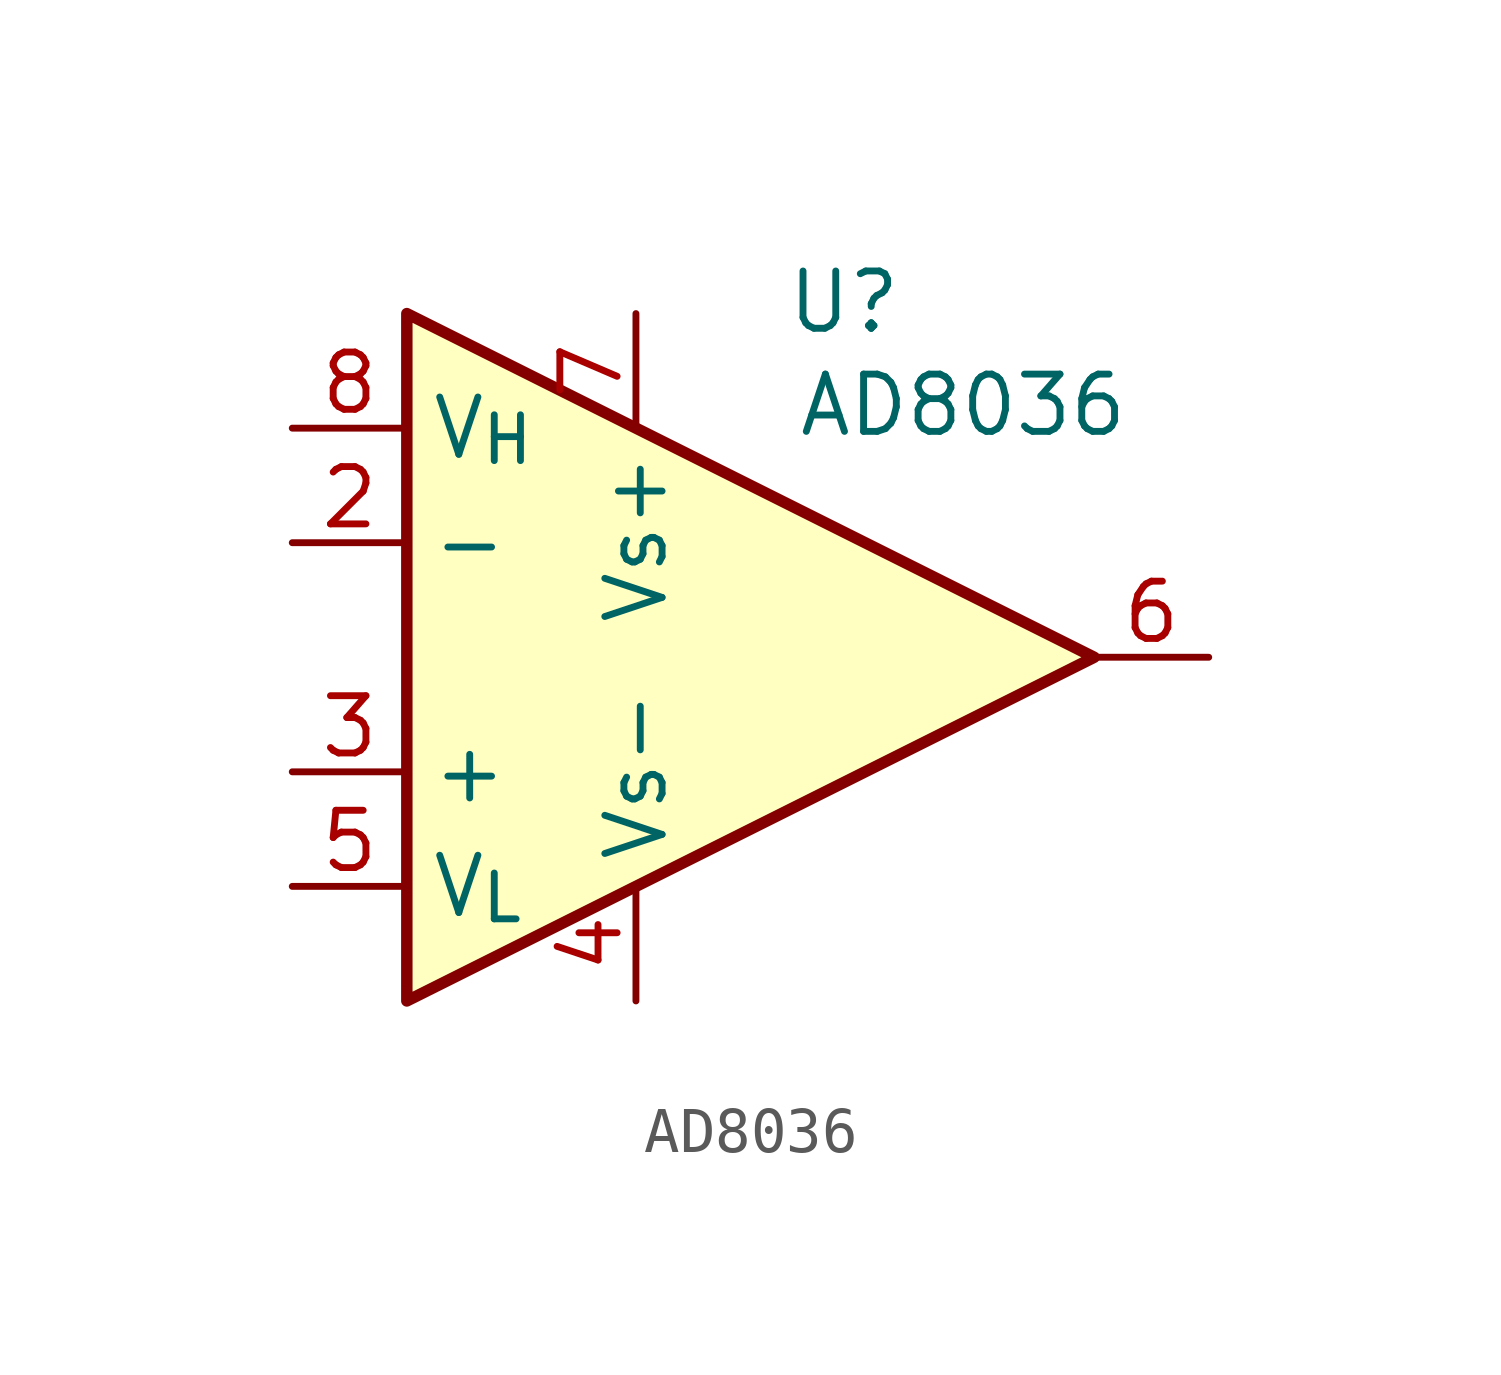
<source format=kicad_sym>
(kicad_symbol_lib
  (version 20241209)
  (generator "kicad_symbol_editor")
  (generator_version "9.0")
  (symbol "AD8036"
    (property "Reference" "U"
      (at 3.302 7.874 0)
      (effects (font (size 1.27 1.27)) (justify left)))
    (property "Value" "AD8036"
      (at 3.556 5.588 0)
      (effects (font (size 1.27 1.27)) (justify left)))
    (symbol "AD8036_0_1"
      (polyline (pts (xy -5.08 7.62) (xy -5.08 -7.62) (xy 10.16 0) (xy -5.08 7.62)) (stroke (width 0.254) (type default)) (fill (type background))))
    (symbol "AD8036_1_1"
      (pin input line (at -7.62 5.08 0) (length 2.54) (name "V_{H}" (effects (font (size 1.27 1.27)))) (number "8" (effects (font (size 1.27 1.27)))))
      (pin passive line (at -7.62 2.54 0) (length 2.54) (name "-" (effects (font (size 1.27 1.27)))) (number "2" (effects (font (size 1.27 1.27)))))
      (pin passive line (at -7.62 -2.54 0) (length 2.54) (name "+" (effects (font (size 1.27 1.27)))) (number "3" (effects (font (size 1.27 1.27)))))
      (pin input line (at -7.62 -5.08 0) (length 2.54) (name "V_{L}" (effects (font (size 1.27 1.27)))) (number "5" (effects (font (size 1.27 1.27)))))
      (pin power_in line (at 0 7.62 270) (length 2.54) (name "Vs+" (effects (font (size 1.27 1.27)))) (number "7" (effects (font (size 1.27 1.27)))))
      (pin power_in line (at 0 -7.62 90) (length 2.54) (name "Vs-" (effects (font (size 1.27 1.27)))) (number "4" (effects (font (size 1.27 1.27)))))
      (pin passive line (at 5.08 -7.62 90) (length 5.08) (hide yes) (name "NC" (effects (font (size 1.27 1.27)))) (number "1" (effects (font (size 1.27 1.27)))))
      (pin output line (at 12.7 0 180) (length 2.54) (name "" (effects (font (size 1.27 1.27)))) (number "6" (effects (font (size 1.27 1.27))))))))
</source>
